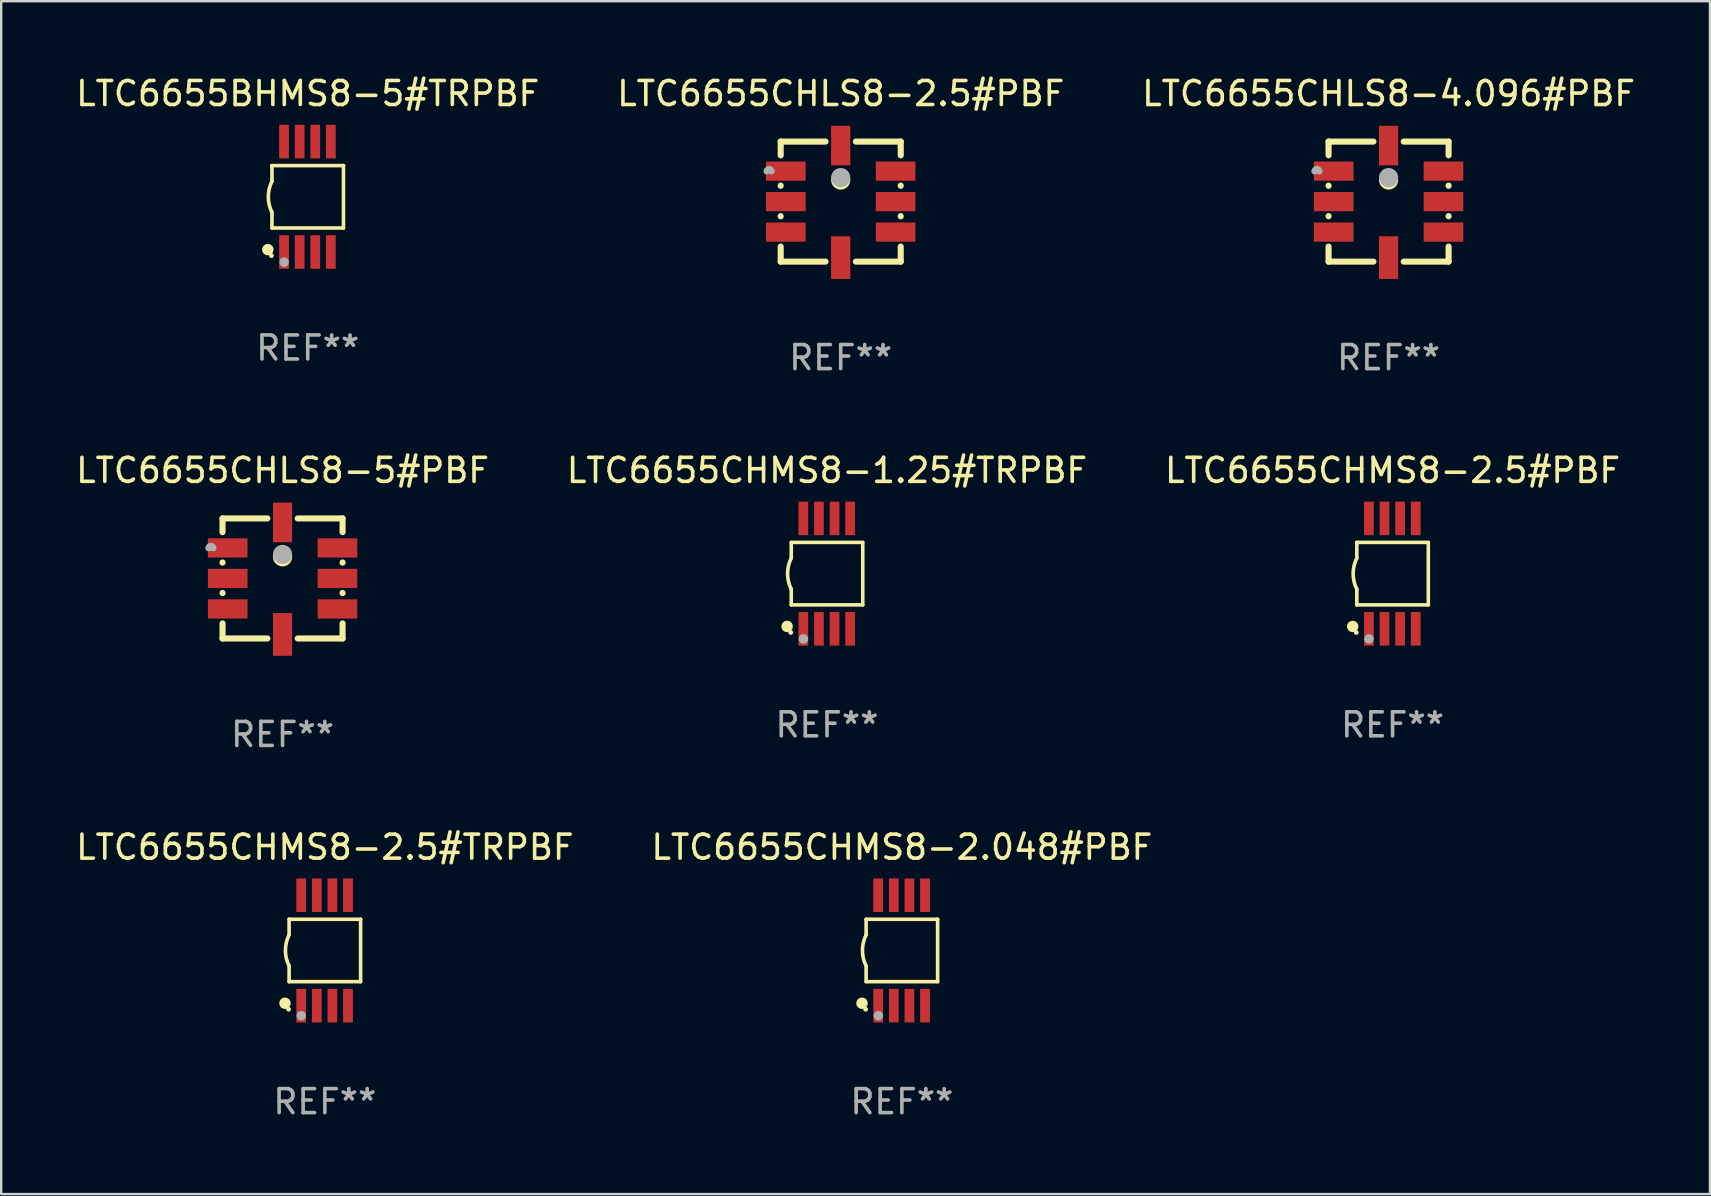
<source format=kicad_pcb>
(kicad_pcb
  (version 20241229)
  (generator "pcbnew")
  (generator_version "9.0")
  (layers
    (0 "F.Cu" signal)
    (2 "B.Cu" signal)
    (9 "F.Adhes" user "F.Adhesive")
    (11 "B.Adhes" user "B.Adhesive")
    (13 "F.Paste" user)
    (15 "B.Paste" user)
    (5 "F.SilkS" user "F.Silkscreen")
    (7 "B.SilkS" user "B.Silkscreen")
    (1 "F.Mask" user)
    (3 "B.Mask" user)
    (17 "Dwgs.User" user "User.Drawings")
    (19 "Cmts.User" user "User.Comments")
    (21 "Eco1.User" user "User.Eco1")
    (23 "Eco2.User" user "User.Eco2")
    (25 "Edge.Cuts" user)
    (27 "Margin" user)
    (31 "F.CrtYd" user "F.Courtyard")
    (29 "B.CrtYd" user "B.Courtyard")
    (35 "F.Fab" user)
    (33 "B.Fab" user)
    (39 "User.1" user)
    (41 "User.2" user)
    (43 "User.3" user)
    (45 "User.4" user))
  (footprint "LTC6655CHLS8-2.5#PBF"
    (layer "F.Cu")
    (at 31.97 5.348)
    (property "Reference" "LTC6655CHLS8-2.5#PBF" (at 0 -4.5 0) (layer "F.SilkS") (effects (font (size 1 1) (thickness 0.15))))
    (attr through_hole)
    (fp_line (start -2.5 -2.5) (end -2.5 -1.928) (stroke (width 0.254) (type solid)) (layer "F.SilkS"))
    (fp_line (start -2.5 -0.666) (end -2.5 -0.658) (stroke (width 0.254) (type solid)) (layer "F.SilkS"))
    (fp_line (start -2.5 0.604) (end -2.5 0.612) (stroke (width 0.254) (type solid)) (layer "F.SilkS"))
    (fp_line (start -2.5 1.874) (end -2.5 2.5) (stroke (width 0.254) (type solid)) (layer "F.SilkS"))
    (fp_line (start -2.5 2.5) (end -0.631 2.5) (stroke (width 0.254) (type solid)) (layer "F.SilkS"))
    (fp_line (start -0.631 -2.5) (end -2.5 -2.5) (stroke (width 0.254) (type solid)) (layer "F.SilkS"))
    (fp_line (start 0.631 2.5) (end 2.5 2.5) (stroke (width 0.254) (type solid)) (layer "F.SilkS"))
    (fp_line (start 2.5 -2.5) (end 0.631 -2.5) (stroke (width 0.254) (type solid)) (layer "F.SilkS"))
    (fp_line (start 2.5 -1.928) (end 2.5 -2.5) (stroke (width 0.254) (type solid)) (layer "F.SilkS"))
    (fp_line (start 2.5 -0.658) (end 2.5 -0.666) (stroke (width 0.254) (type solid)) (layer "F.SilkS"))
    (fp_line (start 2.5 0.612) (end 2.5 0.604) (stroke (width 0.254) (type solid)) (layer "F.SilkS"))
    (fp_line (start 2.5 2.5) (end 2.5 1.874) (stroke (width 0.254) (type solid)) (layer "F.SilkS"))
    (fp_circle (center -2.502 -2.527) (end -2.472 -2.527) (stroke (width 0.06) (type solid)) (fill no) (layer "F.SilkS"))
    (fp_circle (center 0 -0.9) (end 0.2 -0.9) (stroke (width 0.4) (type solid)) (fill no) (layer "F.SilkS"))
    (fp_arc (start -3.084328 -1.262891) (mid -2.984252 -1.362967) (end -2.884176 -1.262891) (stroke (width 0.254001) (type solid)) (layer "F.Fab"))
    (fp_arc (start -3.084328 -1.262891) (mid -2.984252 -1.286516) (end -2.884175 -1.262891) (stroke (width 0.254001) (type solid)) (layer "F.Fab"))
    (fp_circle (center 0 -1) (end 0.2 -1) (stroke (width 0.4) (type solid)) (fill no) (layer "F.Fab"))
    (fp_text user "REF**" (at 0 6.5 0) (layer "F.Fab") (effects (font (size 1 1) (thickness 0.15))))
    (pad "1" smd rect (at -2.286 -1.27) (size 1.651 0.8) (layers "F.Cu" "F.Mask" "F.Paste"))
    (pad "2" smd rect (at -2.286 0) (size 1.651 0.8) (layers "F.Cu" "F.Mask" "F.Paste"))
    (pad "3" smd rect (at -2.286 1.27) (size 1.651 0.8) (layers "F.Cu" "F.Mask" "F.Paste"))
    (pad "4" smd rect (at 0 2.333 270) (size 1.778 0.8) (layers "F.Cu" "F.Mask" "F.Paste"))
    (pad "5" smd rect (at 2.286 1.27) (size 1.651 0.8) (layers "F.Cu" "F.Mask" "F.Paste"))
    (pad "6" smd rect (at 2.286 0) (size 1.651 0.8) (layers "F.Cu" "F.Mask" "F.Paste"))
    (pad "7" smd rect (at 2.286 -1.27 180) (size 1.651 0.8) (layers "F.Cu" "F.Mask" "F.Paste"))
    (pad "8" smd rect (at 0 -2.333 90) (size 1.651 0.8) (layers "F.Cu" "F.Mask" "F.Paste")))
  (footprint "LTC6655CHMS8-1.25#TRPBF"
    (layer "F.Cu")
    (at 31.399 20.845)
    (property "Reference" "LTC6655CHMS8-1.25#TRPBF" (at 0 -4.3 0) (layer "F.SilkS") (effects (font (size 1 1) (thickness 0.15))))
    (attr through_hole)
    (fp_line (start -1.489 -1.3) (end -1.489 -0.648) (stroke (width 0.15) (type solid)) (layer "F.SilkS"))
    (fp_line (start -1.489 0.648) (end -1.489 1.3) (stroke (width 0.15) (type solid)) (layer "F.SilkS"))
    (fp_line (start -1.489 1.3) (end 1.489 1.3) (stroke (width 0.15) (type solid)) (layer "F.SilkS"))
    (fp_line (start 1.489 -1.3) (end -1.489 -1.3) (stroke (width 0.15) (type solid)) (layer "F.SilkS"))
    (fp_line (start 1.489 1.3) (end 1.489 -1.3) (stroke (width 0.15) (type solid)) (layer "F.SilkS"))
    (fp_arc (start -1.489205 0.647702) (mid -1.642107 0) (end -1.489205 -0.647701) (stroke (width 0.150013) (type solid)) (layer "F.SilkS"))
    (fp_circle (center -1.661 2.2) (end -1.541 2.2) (stroke (width 0.24) (type solid)) (fill no) (layer "F.SilkS"))
    (fp_circle (center -1.511 2.45) (end -1.461 2.45) (stroke (width 0.1) (type solid)) (fill no) (layer "F.SilkS"))
    (fp_circle (center -0.981 2.72) (end -0.881 2.72) (stroke (width 0.2) (type solid)) (fill no) (layer "F.Fab"))
    (fp_text user "REF**" (at 0 6.3 0) (layer "F.Fab") (effects (font (size 1 1) (thickness 0.15))))
    (pad "1" smd rect (at -0.986 2.3) (size 0.406 1.397) (layers "F.Cu" "F.Mask" "F.Paste"))
    (pad "2" smd rect (at -0.336 2.3) (size 0.406 1.397) (layers "F.Cu" "F.Mask" "F.Paste"))
    (pad "3" smd rect (at 0.314 2.3) (size 0.406 1.397) (layers "F.Cu" "F.Mask" "F.Paste"))
    (pad "4" smd rect (at 0.964 2.3) (size 0.406 1.397) (layers "F.Cu" "F.Mask" "F.Paste"))
    (pad "5" smd rect (at 0.964 -2.3) (size 0.406 1.397) (layers "F.Cu" "F.Mask" "F.Paste"))
    (pad "6" smd rect (at 0.314 -2.3) (size 0.406 1.397) (layers "F.Cu" "F.Mask" "F.Paste"))
    (pad "7" smd rect (at -0.336 -2.3) (size 0.406 1.397) (layers "F.Cu" "F.Mask" "F.Paste"))
    (pad "8" smd rect (at -0.986 -2.3) (size 0.406 1.397) (layers "F.Cu" "F.Mask" "F.Paste")))
  (footprint "LTC6655CHLS8-4.096#PBF"
    (layer "F.Cu")
    (at 54.792 5.348)
    (property "Reference" "LTC6655CHLS8-4.096#PBF" (at 0 -4.5 0) (layer "F.SilkS") (effects (font (size 1 1) (thickness 0.15))))
    (attr through_hole)
    (fp_line (start -2.5 -2.5) (end -2.5 -1.928) (stroke (width 0.254) (type solid)) (layer "F.SilkS"))
    (fp_line (start -2.5 -0.666) (end -2.5 -0.658) (stroke (width 0.254) (type solid)) (layer "F.SilkS"))
    (fp_line (start -2.5 0.604) (end -2.5 0.612) (stroke (width 0.254) (type solid)) (layer "F.SilkS"))
    (fp_line (start -2.5 1.874) (end -2.5 2.5) (stroke (width 0.254) (type solid)) (layer "F.SilkS"))
    (fp_line (start -2.5 2.5) (end -0.631 2.5) (stroke (width 0.254) (type solid)) (layer "F.SilkS"))
    (fp_line (start -0.631 -2.5) (end -2.5 -2.5) (stroke (width 0.254) (type solid)) (layer "F.SilkS"))
    (fp_line (start 0.631 2.5) (end 2.5 2.5) (stroke (width 0.254) (type solid)) (layer "F.SilkS"))
    (fp_line (start 2.5 -2.5) (end 0.631 -2.5) (stroke (width 0.254) (type solid)) (layer "F.SilkS"))
    (fp_line (start 2.5 -1.928) (end 2.5 -2.5) (stroke (width 0.254) (type solid)) (layer "F.SilkS"))
    (fp_line (start 2.5 -0.658) (end 2.5 -0.666) (stroke (width 0.254) (type solid)) (layer "F.SilkS"))
    (fp_line (start 2.5 0.612) (end 2.5 0.604) (stroke (width 0.254) (type solid)) (layer "F.SilkS"))
    (fp_line (start 2.5 2.5) (end 2.5 1.874) (stroke (width 0.254) (type solid)) (layer "F.SilkS"))
    (fp_circle (center -2.502 -2.527) (end -2.472 -2.527) (stroke (width 0.06) (type solid)) (fill no) (layer "F.SilkS"))
    (fp_circle (center 0 -0.9) (end 0.2 -0.9) (stroke (width 0.4) (type solid)) (fill no) (layer "F.SilkS"))
    (fp_arc (start -3.084328 -1.262891) (mid -2.984252 -1.362967) (end -2.884176 -1.262891) (stroke (width 0.254001) (type solid)) (layer "F.Fab"))
    (fp_arc (start -3.084328 -1.262891) (mid -2.984252 -1.286516) (end -2.884175 -1.262891) (stroke (width 0.254001) (type solid)) (layer "F.Fab"))
    (fp_circle (center 0 -1) (end 0.2 -1) (stroke (width 0.4) (type solid)) (fill no) (layer "F.Fab"))
    (fp_text user "REF**" (at 0 6.5 0) (layer "F.Fab") (effects (font (size 1 1) (thickness 0.15))))
    (pad "1" smd rect (at -2.286 -1.27) (size 1.651 0.8) (layers "F.Cu" "F.Mask" "F.Paste"))
    (pad "2" smd rect (at -2.286 0) (size 1.651 0.8) (layers "F.Cu" "F.Mask" "F.Paste"))
    (pad "3" smd rect (at -2.286 1.27) (size 1.651 0.8) (layers "F.Cu" "F.Mask" "F.Paste"))
    (pad "4" smd rect (at 0 2.333 270) (size 1.778 0.8) (layers "F.Cu" "F.Mask" "F.Paste"))
    (pad "5" smd rect (at 2.286 1.27) (size 1.651 0.8) (layers "F.Cu" "F.Mask" "F.Paste"))
    (pad "6" smd rect (at 2.286 0) (size 1.651 0.8) (layers "F.Cu" "F.Mask" "F.Paste"))
    (pad "7" smd rect (at 2.286 -1.27 180) (size 1.651 0.8) (layers "F.Cu" "F.Mask" "F.Paste"))
    (pad "8" smd rect (at 0 -2.333 90) (size 1.651 0.8) (layers "F.Cu" "F.Mask" "F.Paste")))
  (footprint "LTC6655CHMS8-2.5#TRPBF"
    (layer "F.Cu")
    (at 10.482 36.541)
    (property "Reference" "LTC6655CHMS8-2.5#TRPBF" (at 0 -4.3 0) (layer "F.SilkS") (effects (font (size 1 1) (thickness 0.15))))
    (attr through_hole)
    (fp_line (start -1.489 -1.3) (end -1.489 -0.648) (stroke (width 0.15) (type solid)) (layer "F.SilkS"))
    (fp_line (start -1.489 0.648) (end -1.489 1.3) (stroke (width 0.15) (type solid)) (layer "F.SilkS"))
    (fp_line (start -1.489 1.3) (end 1.489 1.3) (stroke (width 0.15) (type solid)) (layer "F.SilkS"))
    (fp_line (start 1.489 -1.3) (end -1.489 -1.3) (stroke (width 0.15) (type solid)) (layer "F.SilkS"))
    (fp_line (start 1.489 1.3) (end 1.489 -1.3) (stroke (width 0.15) (type solid)) (layer "F.SilkS"))
    (fp_arc (start -1.489205 0.647702) (mid -1.642107 0) (end -1.489205 -0.647701) (stroke (width 0.150013) (type solid)) (layer "F.SilkS"))
    (fp_circle (center -1.661 2.2) (end -1.541 2.2) (stroke (width 0.24) (type solid)) (fill no) (layer "F.SilkS"))
    (fp_circle (center -1.511 2.45) (end -1.461 2.45) (stroke (width 0.1) (type solid)) (fill no) (layer "F.SilkS"))
    (fp_circle (center -0.981 2.72) (end -0.881 2.72) (stroke (width 0.2) (type solid)) (fill no) (layer "F.Fab"))
    (fp_text user "REF**" (at 0 6.3 0) (layer "F.Fab") (effects (font (size 1 1) (thickness 0.15))))
    (pad "1" smd rect (at -0.986 2.3) (size 0.406 1.397) (layers "F.Cu" "F.Mask" "F.Paste"))
    (pad "2" smd rect (at -0.336 2.3) (size 0.406 1.397) (layers "F.Cu" "F.Mask" "F.Paste"))
    (pad "3" smd rect (at 0.314 2.3) (size 0.406 1.397) (layers "F.Cu" "F.Mask" "F.Paste"))
    (pad "4" smd rect (at 0.964 2.3) (size 0.406 1.397) (layers "F.Cu" "F.Mask" "F.Paste"))
    (pad "5" smd rect (at 0.964 -2.3) (size 0.406 1.397) (layers "F.Cu" "F.Mask" "F.Paste"))
    (pad "6" smd rect (at 0.314 -2.3) (size 0.406 1.397) (layers "F.Cu" "F.Mask" "F.Paste"))
    (pad "7" smd rect (at -0.336 -2.3) (size 0.406 1.397) (layers "F.Cu" "F.Mask" "F.Paste"))
    (pad "8" smd rect (at -0.986 -2.3) (size 0.406 1.397) (layers "F.Cu" "F.Mask" "F.Paste")))
  (footprint "LTC6655CHLS8-5#PBF"
    (layer "F.Cu")
    (at 8.72 21.045)
    (property "Reference" "LTC6655CHLS8-5#PBF" (at 0 -4.5 0) (layer "F.SilkS") (effects (font (size 1 1) (thickness 0.15))))
    (attr through_hole)
    (fp_line (start -2.5 -2.5) (end -2.5 -1.928) (stroke (width 0.254) (type solid)) (layer "F.SilkS"))
    (fp_line (start -2.5 -0.666) (end -2.5 -0.658) (stroke (width 0.254) (type solid)) (layer "F.SilkS"))
    (fp_line (start -2.5 0.604) (end -2.5 0.612) (stroke (width 0.254) (type solid)) (layer "F.SilkS"))
    (fp_line (start -2.5 1.874) (end -2.5 2.5) (stroke (width 0.254) (type solid)) (layer "F.SilkS"))
    (fp_line (start -2.5 2.5) (end -0.631 2.5) (stroke (width 0.254) (type solid)) (layer "F.SilkS"))
    (fp_line (start -0.631 -2.5) (end -2.5 -2.5) (stroke (width 0.254) (type solid)) (layer "F.SilkS"))
    (fp_line (start 0.631 2.5) (end 2.5 2.5) (stroke (width 0.254) (type solid)) (layer "F.SilkS"))
    (fp_line (start 2.5 -2.5) (end 0.631 -2.5) (stroke (width 0.254) (type solid)) (layer "F.SilkS"))
    (fp_line (start 2.5 -1.928) (end 2.5 -2.5) (stroke (width 0.254) (type solid)) (layer "F.SilkS"))
    (fp_line (start 2.5 -0.658) (end 2.5 -0.666) (stroke (width 0.254) (type solid)) (layer "F.SilkS"))
    (fp_line (start 2.5 0.612) (end 2.5 0.604) (stroke (width 0.254) (type solid)) (layer "F.SilkS"))
    (fp_line (start 2.5 2.5) (end 2.5 1.874) (stroke (width 0.254) (type solid)) (layer "F.SilkS"))
    (fp_circle (center -2.502 -2.527) (end -2.472 -2.527) (stroke (width 0.06) (type solid)) (fill no) (layer "F.SilkS"))
    (fp_circle (center 0 -0.9) (end 0.2 -0.9) (stroke (width 0.4) (type solid)) (fill no) (layer "F.SilkS"))
    (fp_arc (start -3.084328 -1.262891) (mid -2.984252 -1.362967) (end -2.884176 -1.262891) (stroke (width 0.254001) (type solid)) (layer "F.Fab"))
    (fp_arc (start -3.084328 -1.262891) (mid -2.984252 -1.286516) (end -2.884175 -1.262891) (stroke (width 0.254001) (type solid)) (layer "F.Fab"))
    (fp_circle (center 0 -1) (end 0.2 -1) (stroke (width 0.4) (type solid)) (fill no) (layer "F.Fab"))
    (fp_text user "REF**" (at 0 6.5 0) (layer "F.Fab") (effects (font (size 1 1) (thickness 0.15))))
    (pad "1" smd rect (at -2.286 -1.27) (size 1.651 0.8) (layers "F.Cu" "F.Mask" "F.Paste"))
    (pad "2" smd rect (at -2.286 0) (size 1.651 0.8) (layers "F.Cu" "F.Mask" "F.Paste"))
    (pad "3" smd rect (at -2.286 1.27) (size 1.651 0.8) (layers "F.Cu" "F.Mask" "F.Paste"))
    (pad "4" smd rect (at 0 2.333 270) (size 1.778 0.8) (layers "F.Cu" "F.Mask" "F.Paste"))
    (pad "5" smd rect (at 2.286 1.27) (size 1.651 0.8) (layers "F.Cu" "F.Mask" "F.Paste"))
    (pad "6" smd rect (at 2.286 0) (size 1.651 0.8) (layers "F.Cu" "F.Mask" "F.Paste"))
    (pad "7" smd rect (at 2.286 -1.27 180) (size 1.651 0.8) (layers "F.Cu" "F.Mask" "F.Paste"))
    (pad "8" smd rect (at 0 -2.333 90) (size 1.651 0.8) (layers "F.Cu" "F.Mask" "F.Paste")))
  (footprint "LTC6655CHMS8-2.5#PBF"
    (layer "F.Cu")
    (at 54.958 20.845)
    (property "Reference" "LTC6655CHMS8-2.5#PBF" (at 0 -4.3 0) (layer "F.SilkS") (effects (font (size 1 1) (thickness 0.15))))
    (attr through_hole)
    (fp_line (start -1.489 -1.3) (end -1.489 -0.648) (stroke (width 0.15) (type solid)) (layer "F.SilkS"))
    (fp_line (start -1.489 0.648) (end -1.489 1.3) (stroke (width 0.15) (type solid)) (layer "F.SilkS"))
    (fp_line (start -1.489 1.3) (end 1.489 1.3) (stroke (width 0.15) (type solid)) (layer "F.SilkS"))
    (fp_line (start 1.489 -1.3) (end -1.489 -1.3) (stroke (width 0.15) (type solid)) (layer "F.SilkS"))
    (fp_line (start 1.489 1.3) (end 1.489 -1.3) (stroke (width 0.15) (type solid)) (layer "F.SilkS"))
    (fp_arc (start -1.489205 0.647702) (mid -1.642107 0) (end -1.489205 -0.647701) (stroke (width 0.150013) (type solid)) (layer "F.SilkS"))
    (fp_circle (center -1.661 2.2) (end -1.541 2.2) (stroke (width 0.24) (type solid)) (fill no) (layer "F.SilkS"))
    (fp_circle (center -1.511 2.45) (end -1.461 2.45) (stroke (width 0.1) (type solid)) (fill no) (layer "F.SilkS"))
    (fp_circle (center -0.981 2.72) (end -0.881 2.72) (stroke (width 0.2) (type solid)) (fill no) (layer "F.Fab"))
    (fp_text user "REF**" (at 0 6.3 0) (layer "F.Fab") (effects (font (size 1 1) (thickness 0.15))))
    (pad "1" smd rect (at -0.986 2.3) (size 0.406 1.397) (layers "F.Cu" "F.Mask" "F.Paste"))
    (pad "2" smd rect (at -0.336 2.3) (size 0.406 1.397) (layers "F.Cu" "F.Mask" "F.Paste"))
    (pad "3" smd rect (at 0.314 2.3) (size 0.406 1.397) (layers "F.Cu" "F.Mask" "F.Paste"))
    (pad "4" smd rect (at 0.964 2.3) (size 0.406 1.397) (layers "F.Cu" "F.Mask" "F.Paste"))
    (pad "5" smd rect (at 0.964 -2.3) (size 0.406 1.397) (layers "F.Cu" "F.Mask" "F.Paste"))
    (pad "6" smd rect (at 0.314 -2.3) (size 0.406 1.397) (layers "F.Cu" "F.Mask" "F.Paste"))
    (pad "7" smd rect (at -0.336 -2.3) (size 0.406 1.397) (layers "F.Cu" "F.Mask" "F.Paste"))
    (pad "8" smd rect (at -0.986 -2.3) (size 0.406 1.397) (layers "F.Cu" "F.Mask" "F.Paste")))
  (footprint "LTC6655BHMS8-5#TRPBF"
    (layer "F.Cu")
    (at 9.768 5.148)
    (property "Reference" "LTC6655BHMS8-5#TRPBF" (at 0 -4.3 0) (layer "F.SilkS") (effects (font (size 1 1) (thickness 0.15))))
    (attr through_hole)
    (fp_line (start -1.489 -1.3) (end -1.489 -0.648) (stroke (width 0.15) (type solid)) (layer "F.SilkS"))
    (fp_line (start -1.489 0.648) (end -1.489 1.3) (stroke (width 0.15) (type solid)) (layer "F.SilkS"))
    (fp_line (start -1.489 1.3) (end 1.489 1.3) (stroke (width 0.15) (type solid)) (layer "F.SilkS"))
    (fp_line (start 1.489 -1.3) (end -1.489 -1.3) (stroke (width 0.15) (type solid)) (layer "F.SilkS"))
    (fp_line (start 1.489 1.3) (end 1.489 -1.3) (stroke (width 0.15) (type solid)) (layer "F.SilkS"))
    (fp_arc (start -1.489205 0.647702) (mid -1.642107 0) (end -1.489205 -0.647701) (stroke (width 0.150013) (type solid)) (layer "F.SilkS"))
    (fp_circle (center -1.661 2.2) (end -1.541 2.2) (stroke (width 0.24) (type solid)) (fill no) (layer "F.SilkS"))
    (fp_circle (center -1.511 2.45) (end -1.461 2.45) (stroke (width 0.1) (type solid)) (fill no) (layer "F.SilkS"))
    (fp_circle (center -0.981 2.72) (end -0.881 2.72) (stroke (width 0.2) (type solid)) (fill no) (layer "F.Fab"))
    (fp_text user "REF**" (at 0 6.3 0) (layer "F.Fab") (effects (font (size 1 1) (thickness 0.15))))
    (pad "1" smd rect (at -0.986 2.3) (size 0.406 1.397) (layers "F.Cu" "F.Mask" "F.Paste"))
    (pad "2" smd rect (at -0.336 2.3) (size 0.406 1.397) (layers "F.Cu" "F.Mask" "F.Paste"))
    (pad "3" smd rect (at 0.314 2.3) (size 0.406 1.397) (layers "F.Cu" "F.Mask" "F.Paste"))
    (pad "4" smd rect (at 0.964 2.3) (size 0.406 1.397) (layers "F.Cu" "F.Mask" "F.Paste"))
    (pad "5" smd rect (at 0.964 -2.3) (size 0.406 1.397) (layers "F.Cu" "F.Mask" "F.Paste"))
    (pad "6" smd rect (at 0.314 -2.3) (size 0.406 1.397) (layers "F.Cu" "F.Mask" "F.Paste"))
    (pad "7" smd rect (at -0.336 -2.3) (size 0.406 1.397) (layers "F.Cu" "F.Mask" "F.Paste"))
    (pad "8" smd rect (at -0.986 -2.3) (size 0.406 1.397) (layers "F.Cu" "F.Mask" "F.Paste")))
  (footprint "LTC6655CHMS8-2.048#PBF"
    (layer "F.Cu")
    (at 34.518 36.541)
    (property "Reference" "LTC6655CHMS8-2.048#PBF" (at 0 -4.3 0) (layer "F.SilkS") (effects (font (size 1 1) (thickness 0.15))))
    (attr through_hole)
    (fp_line (start -1.489 -1.3) (end -1.489 -0.648) (stroke (width 0.15) (type solid)) (layer "F.SilkS"))
    (fp_line (start -1.489 0.648) (end -1.489 1.3) (stroke (width 0.15) (type solid)) (layer "F.SilkS"))
    (fp_line (start -1.489 1.3) (end 1.489 1.3) (stroke (width 0.15) (type solid)) (layer "F.SilkS"))
    (fp_line (start 1.489 -1.3) (end -1.489 -1.3) (stroke (width 0.15) (type solid)) (layer "F.SilkS"))
    (fp_line (start 1.489 1.3) (end 1.489 -1.3) (stroke (width 0.15) (type solid)) (layer "F.SilkS"))
    (fp_arc (start -1.489205 0.647702) (mid -1.642107 0) (end -1.489205 -0.647701) (stroke (width 0.150013) (type solid)) (layer "F.SilkS"))
    (fp_circle (center -1.661 2.2) (end -1.541 2.2) (stroke (width 0.24) (type solid)) (fill no) (layer "F.SilkS"))
    (fp_circle (center -1.511 2.45) (end -1.461 2.45) (stroke (width 0.1) (type solid)) (fill no) (layer "F.SilkS"))
    (fp_circle (center -0.981 2.72) (end -0.881 2.72) (stroke (width 0.2) (type solid)) (fill no) (layer "F.Fab"))
    (fp_text user "REF**" (at 0 6.3 0) (layer "F.Fab") (effects (font (size 1 1) (thickness 0.15))))
    (pad "1" smd rect (at -0.986 2.3) (size 0.406 1.397) (layers "F.Cu" "F.Mask" "F.Paste"))
    (pad "2" smd rect (at -0.336 2.3) (size 0.406 1.397) (layers "F.Cu" "F.Mask" "F.Paste"))
    (pad "3" smd rect (at 0.314 2.3) (size 0.406 1.397) (layers "F.Cu" "F.Mask" "F.Paste"))
    (pad "4" smd rect (at 0.964 2.3) (size 0.406 1.397) (layers "F.Cu" "F.Mask" "F.Paste"))
    (pad "5" smd rect (at 0.964 -2.3) (size 0.406 1.397) (layers "F.Cu" "F.Mask" "F.Paste"))
    (pad "6" smd rect (at 0.314 -2.3) (size 0.406 1.397) (layers "F.Cu" "F.Mask" "F.Paste"))
    (pad "7" smd rect (at -0.336 -2.3) (size 0.406 1.397) (layers "F.Cu" "F.Mask" "F.Paste"))
    (pad "8" smd rect (at -0.986 -2.3) (size 0.406 1.397) (layers "F.Cu" "F.Mask" "F.Paste")))
  (gr_rect
    (start -3 -3)
    (end 68.179 46.689)
    (stroke (width 0.1) (type default))
    (fill no)
    (layer "Edge.Cuts")))
</source>
